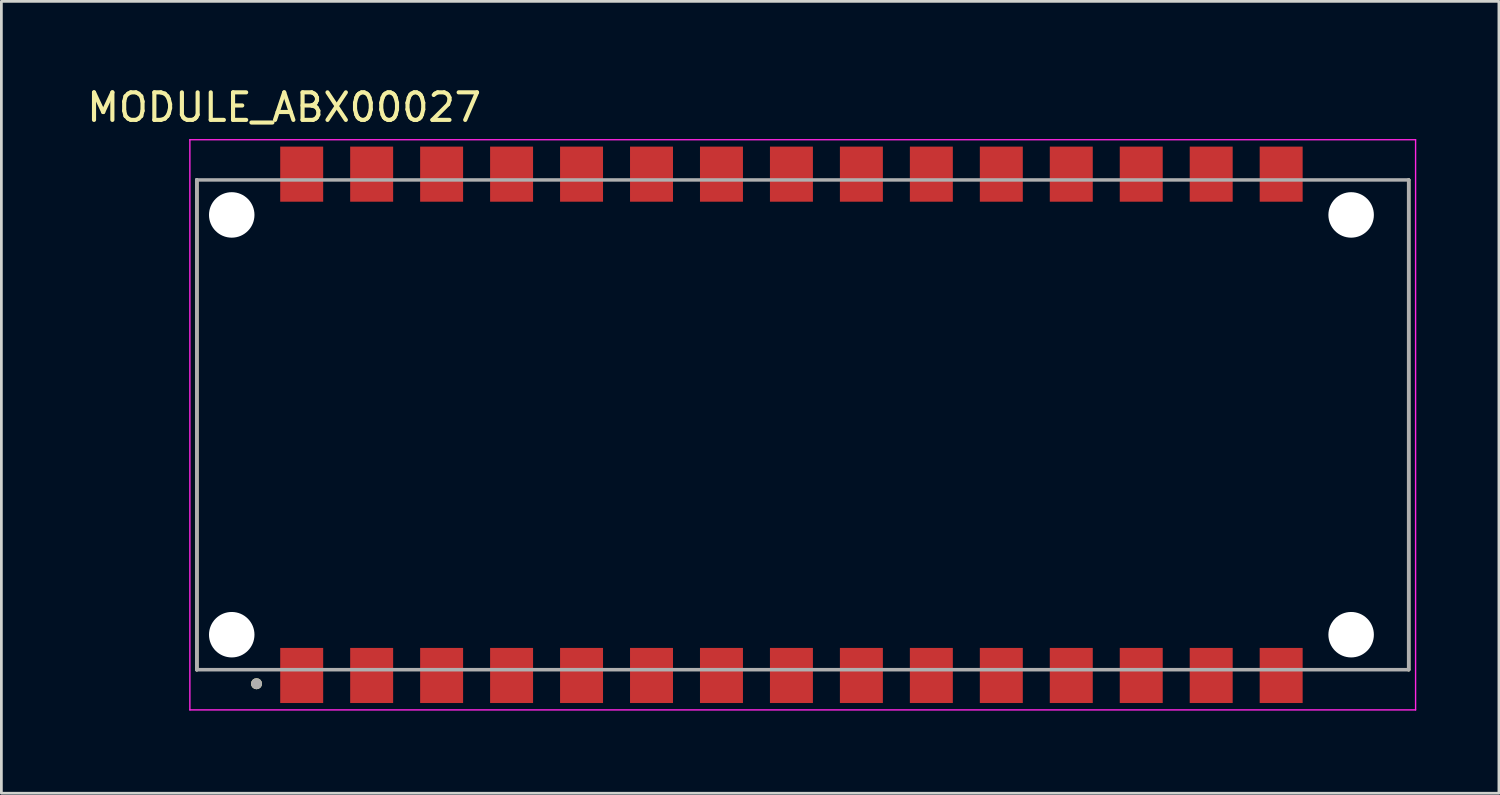
<source format=kicad_pcb>
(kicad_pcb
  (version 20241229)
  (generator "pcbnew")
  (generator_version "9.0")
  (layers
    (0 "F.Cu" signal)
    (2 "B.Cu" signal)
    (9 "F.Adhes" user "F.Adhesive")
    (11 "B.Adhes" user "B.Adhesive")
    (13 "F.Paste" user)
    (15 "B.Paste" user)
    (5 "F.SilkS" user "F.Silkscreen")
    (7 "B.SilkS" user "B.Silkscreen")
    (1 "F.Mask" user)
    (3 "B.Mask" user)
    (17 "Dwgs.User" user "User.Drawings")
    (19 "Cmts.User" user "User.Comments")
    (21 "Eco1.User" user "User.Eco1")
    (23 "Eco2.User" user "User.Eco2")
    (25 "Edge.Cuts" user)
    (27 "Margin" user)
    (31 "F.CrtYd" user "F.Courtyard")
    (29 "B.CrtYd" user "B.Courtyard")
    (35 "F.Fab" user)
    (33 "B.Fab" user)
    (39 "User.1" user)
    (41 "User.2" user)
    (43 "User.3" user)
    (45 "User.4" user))
  (footprint "MODULE_ABX00027"
    (layer "F.Cu")
    (at 26.093 12.373)
    (property "Reference" "MODULE_ABX00027" (at -18.825 -11.525 0) (layer "F.SilkS") (effects (font (size 1 1) (thickness 0.15))))
    (attr through_hole)
    (fp_line (start -22 -8.89) (end -22 8.89) (stroke (width 0.127) (type solid)) (layer "F.SilkS"))
    (fp_line (start 22 8.89) (end 22 -8.89) (stroke (width 0.127) (type solid)) (layer "F.SilkS"))
    (fp_circle (center -19.83 9.4) (end -19.73 9.4) (stroke (width 0.2) (type solid)) (fill no) (layer "F.SilkS"))
    (fp_line (start -22.25 -10.35) (end -22.25 10.35) (stroke (width 0.05) (type solid)) (layer "F.CrtYd"))
    (fp_line (start -22.25 10.35) (end 22.25 10.35) (stroke (width 0.05) (type solid)) (layer "F.CrtYd"))
    (fp_line (start 22.25 -10.35) (end -22.25 -10.35) (stroke (width 0.05) (type solid)) (layer "F.CrtYd"))
    (fp_line (start 22.25 10.35) (end 22.25 -10.35) (stroke (width 0.05) (type solid)) (layer "F.CrtYd"))
    (fp_line (start -22 -8.89) (end -22 8.89) (stroke (width 0.127) (type solid)) (layer "F.Fab"))
    (fp_line (start -22 -8.89) (end -22 8.89) (stroke (width 0.127) (type solid)) (layer "F.Fab"))
    (fp_line (start -22 8.89) (end 22 8.89) (stroke (width 0.127) (type solid)) (layer "F.Fab"))
    (fp_line (start 22 -8.89) (end -22 -8.89) (stroke (width 0.127) (type solid)) (layer "F.Fab"))
    (fp_line (start 22 8.89) (end 22 -8.89) (stroke (width 0.127) (type solid)) (layer "F.Fab"))
    (fp_circle (center -19.83 9.4) (end -19.73 9.4) (stroke (width 0.2) (type solid)) (fill no) (layer "F.Fab"))
    (pad "" np_thru_hole circle (at -20.73 -7.62) (size 1.651 1.651) (drill 1.651) (layers "*.Cu" "*.Mask"))
    (pad "" np_thru_hole circle (at -20.73 7.62) (size 1.651 1.651) (drill 1.651) (layers "*.Cu" "*.Mask"))
    (pad "" np_thru_hole circle (at 19.91 -7.62) (size 1.651 1.651) (drill 1.651) (layers "*.Cu" "*.Mask"))
    (pad "" np_thru_hole circle (at 19.91 7.62) (size 1.651 1.651) (drill 1.651) (layers "*.Cu" "*.Mask"))
    (pad "1" smd rect (at -18.19 9.1) (size 1.56 2) (layers "F.Cu" "F.Mask" "F.Paste"))
    (pad "2" smd rect (at -15.65 9.1) (size 1.56 2) (layers "F.Cu" "F.Mask" "F.Paste"))
    (pad "3" smd rect (at -13.11 9.1) (size 1.56 2) (layers "F.Cu" "F.Mask" "F.Paste"))
    (pad "4" smd rect (at -10.57 9.1) (size 1.56 2) (layers "F.Cu" "F.Mask" "F.Paste"))
    (pad "5" smd rect (at -8.03 9.1) (size 1.56 2) (layers "F.Cu" "F.Mask" "F.Paste"))
    (pad "6" smd rect (at -5.49 9.1) (size 1.56 2) (layers "F.Cu" "F.Mask" "F.Paste"))
    (pad "7" smd rect (at -2.95 9.1) (size 1.56 2) (layers "F.Cu" "F.Mask" "F.Paste"))
    (pad "8" smd rect (at -0.41 9.1) (size 1.56 2) (layers "F.Cu" "F.Mask" "F.Paste"))
    (pad "9" smd rect (at 2.13 9.1) (size 1.56 2) (layers "F.Cu" "F.Mask" "F.Paste"))
    (pad "10" smd rect (at 4.67 9.1) (size 1.56 2) (layers "F.Cu" "F.Mask" "F.Paste"))
    (pad "11" smd rect (at 7.21 9.1) (size 1.56 2) (layers "F.Cu" "F.Mask" "F.Paste"))
    (pad "12" smd rect (at 9.75 9.1) (size 1.56 2) (layers "F.Cu" "F.Mask" "F.Paste"))
    (pad "13" smd rect (at 12.29 9.1) (size 1.56 2) (layers "F.Cu" "F.Mask" "F.Paste"))
    (pad "14" smd rect (at 14.83 9.1) (size 1.56 2) (layers "F.Cu" "F.Mask" "F.Paste"))
    (pad "15" smd rect (at 17.37 9.1) (size 1.56 2) (layers "F.Cu" "F.Mask" "F.Paste"))
    (pad "16" smd rect (at 17.37 -9.1 180) (size 1.56 2) (layers "F.Cu" "F.Mask" "F.Paste"))
    (pad "17" smd rect (at 14.83 -9.1 180) (size 1.56 2) (layers "F.Cu" "F.Mask" "F.Paste"))
    (pad "18" smd rect (at 12.29 -9.1 180) (size 1.56 2) (layers "F.Cu" "F.Mask" "F.Paste"))
    (pad "19" smd rect (at 9.75 -9.1 180) (size 1.56 2) (layers "F.Cu" "F.Mask" "F.Paste"))
    (pad "20" smd rect (at 7.21 -9.1 180) (size 1.56 2) (layers "F.Cu" "F.Mask" "F.Paste"))
    (pad "21" smd rect (at 4.67 -9.1 180) (size 1.56 2) (layers "F.Cu" "F.Mask" "F.Paste"))
    (pad "22" smd rect (at 2.13 -9.1 180) (size 1.56 2) (layers "F.Cu" "F.Mask" "F.Paste"))
    (pad "23" smd rect (at -0.41 -9.1 180) (size 1.56 2) (layers "F.Cu" "F.Mask" "F.Paste"))
    (pad "24" smd rect (at -2.95 -9.1 180) (size 1.56 2) (layers "F.Cu" "F.Mask" "F.Paste"))
    (pad "25" smd rect (at -5.49 -9.1 180) (size 1.56 2) (layers "F.Cu" "F.Mask" "F.Paste"))
    (pad "26" smd rect (at -8.03 -9.1 180) (size 1.56 2) (layers "F.Cu" "F.Mask" "F.Paste"))
    (pad "27" smd rect (at -10.57 -9.1 180) (size 1.56 2) (layers "F.Cu" "F.Mask" "F.Paste"))
    (pad "28" smd rect (at -13.11 -9.1 180) (size 1.56 2) (layers "F.Cu" "F.Mask" "F.Paste"))
    (pad "29" smd rect (at -15.65 -9.1 180) (size 1.56 2) (layers "F.Cu" "F.Mask" "F.Paste"))
    (pad "30" smd rect (at -18.19 -9.1 180) (size 1.56 2) (layers "F.Cu" "F.Mask" "F.Paste")))
  (gr_rect
    (start -3 -3)
    (end 51.368 25.748)
    (stroke (width 0.1) (type default))
    (fill no)
    (layer "Edge.Cuts")))
</source>
